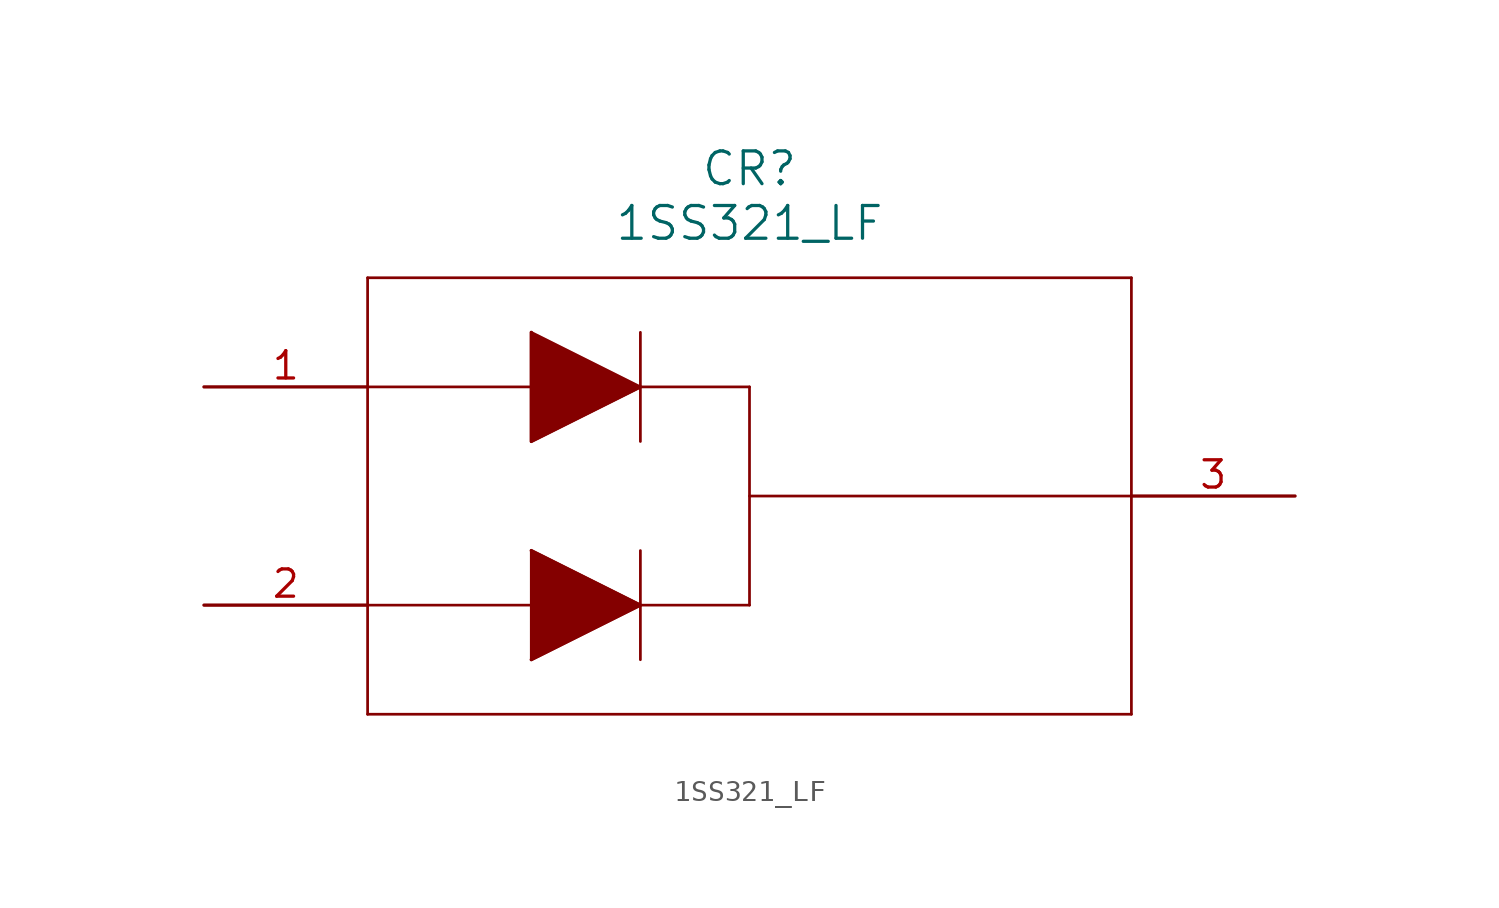
<source format=kicad_sym>
(kicad_symbol_lib
  (version 20211014)
  (generator kicad_symbol_editor)
  (symbol "1SS321_LF"
    (pin_names
      (offset 0.254))
    (property "Reference" "CR"
      (at 25.4 10.16 0)
      (effects (font (size 1.524 1.524))))
    (property "Value" "1SS321_LF"
      (at 25.4 7.62 0)
      (effects (font (size 1.524 1.524))))
    (symbol "1SS321_LF_0_1"
      (polyline (pts (xy 7.62 5.08) (xy 7.62 -15.24)) (stroke (width 0.127) (type default) (color 0 0 0 0)) (fill (type none)))
      (polyline (pts (xy 7.62 -15.24) (xy 43.18 -15.24)) (stroke (width 0.127) (type default) (color 0 0 0 0)) (fill (type none)))
      (polyline (pts (xy 43.18 -15.24) (xy 43.18 5.08)) (stroke (width 0.127) (type default) (color 0 0 0 0)) (fill (type none)))
      (polyline (pts (xy 43.18 5.08) (xy 7.62 5.08)) (stroke (width 0.127) (type default) (color 0 0 0 0)) (fill (type none)))
      (polyline (pts (xy 7.62 0) (xy 15.24 0)) (stroke (width 0.127) (type default) (color 0 0 0 0)) (fill (type none)))
      (polyline (pts (xy 25.4 0) (xy 25.4 -10.16)) (stroke (width 0.127) (type default) (color 0 0 0 0)) (fill (type none)))
      (polyline (pts (xy 15.24 -10.16) (xy 7.62 -10.16)) (stroke (width 0.127) (type default) (color 0 0 0 0)) (fill (type none)))
      (polyline (pts (xy 43.18 -5.08) (xy 25.4 -5.08)) (stroke (width 0.127) (type default) (color 0 0 0 0)) (fill (type none)))
      (polyline (pts (xy 15.24 2.54) (xy 15.24 -2.54)) (stroke (width 0.127) (type default) (color 0 0 0 0)) (fill (type none)))
      (polyline (pts (xy 15.24 -7.62) (xy 15.24 -12.7)) (stroke (width 0.127) (type default) (color 0 0 0 0)) (fill (type none)))
      (polyline (pts (xy 20.32 0) (xy 15.24 -2.54) (xy 15.24 2.54)) (stroke (width 0) (type default) (color 0 0 0 0)) (fill (type outline)))
      (polyline (pts (xy 20.32 -10.16) (xy 15.24 -7.62)) (stroke (width 0.127) (type default) (color 0 0 0 0)) (fill (type none)))
      (polyline (pts (xy 15.24 -7.62) (xy 20.32 -10.16) (xy 15.24 -12.7)) (stroke (width 0) (type default) (color 0 0 0 0)) (fill (type outline)))
      (polyline (pts (xy 15.24 2.54) (xy 20.32 0)) (stroke (width 0.127) (type default) (color 0 0 0 0)) (fill (type none)))
      (polyline (pts (xy 20.32 -2.54) (xy 20.32 2.54)) (stroke (width 0.127) (type default) (color 0 0 0 0)) (fill (type none)))
      (polyline (pts (xy 20.32 0) (xy 15.24 -2.54)) (stroke (width 0.127) (type default) (color 0 0 0 0)) (fill (type none)))
      (polyline (pts (xy 20.32 -12.7) (xy 20.32 -7.62)) (stroke (width 0.127) (type default) (color 0 0 0 0)) (fill (type none)))
      (polyline (pts (xy 15.24 -12.7) (xy 20.32 -10.16)) (stroke (width 0.127) (type default) (color 0 0 0 0)) (fill (type none)))
      (polyline (pts (xy 20.32 0) (xy 25.4 0)) (stroke (width 0.127) (type default) (color 0 0 0 0)) (fill (type none)))
      (polyline (pts (xy 20.32 -10.16) (xy 25.4 -10.16)) (stroke (width 0.127) (type default) (color 0 0 0 0)) (fill (type none)))
      (pin unspecified line (at 0 0 0) (length 7.62) (name "" (effects (font (size 1.27 1.27)))) (number "1" (effects (font (size 1.27 1.27)))))
      (pin unspecified line (at 0 -10.16 0) (length 7.62) (name "" (effects (font (size 1.27 1.27)))) (number "2" (effects (font (size 1.27 1.27)))))
      (pin unspecified line (at 50.8 -5.08 180) (length 7.62) (name "" (effects (font (size 1.27 1.27)))) (number "3" (effects (font (size 1.27 1.27))))))))
</source>
